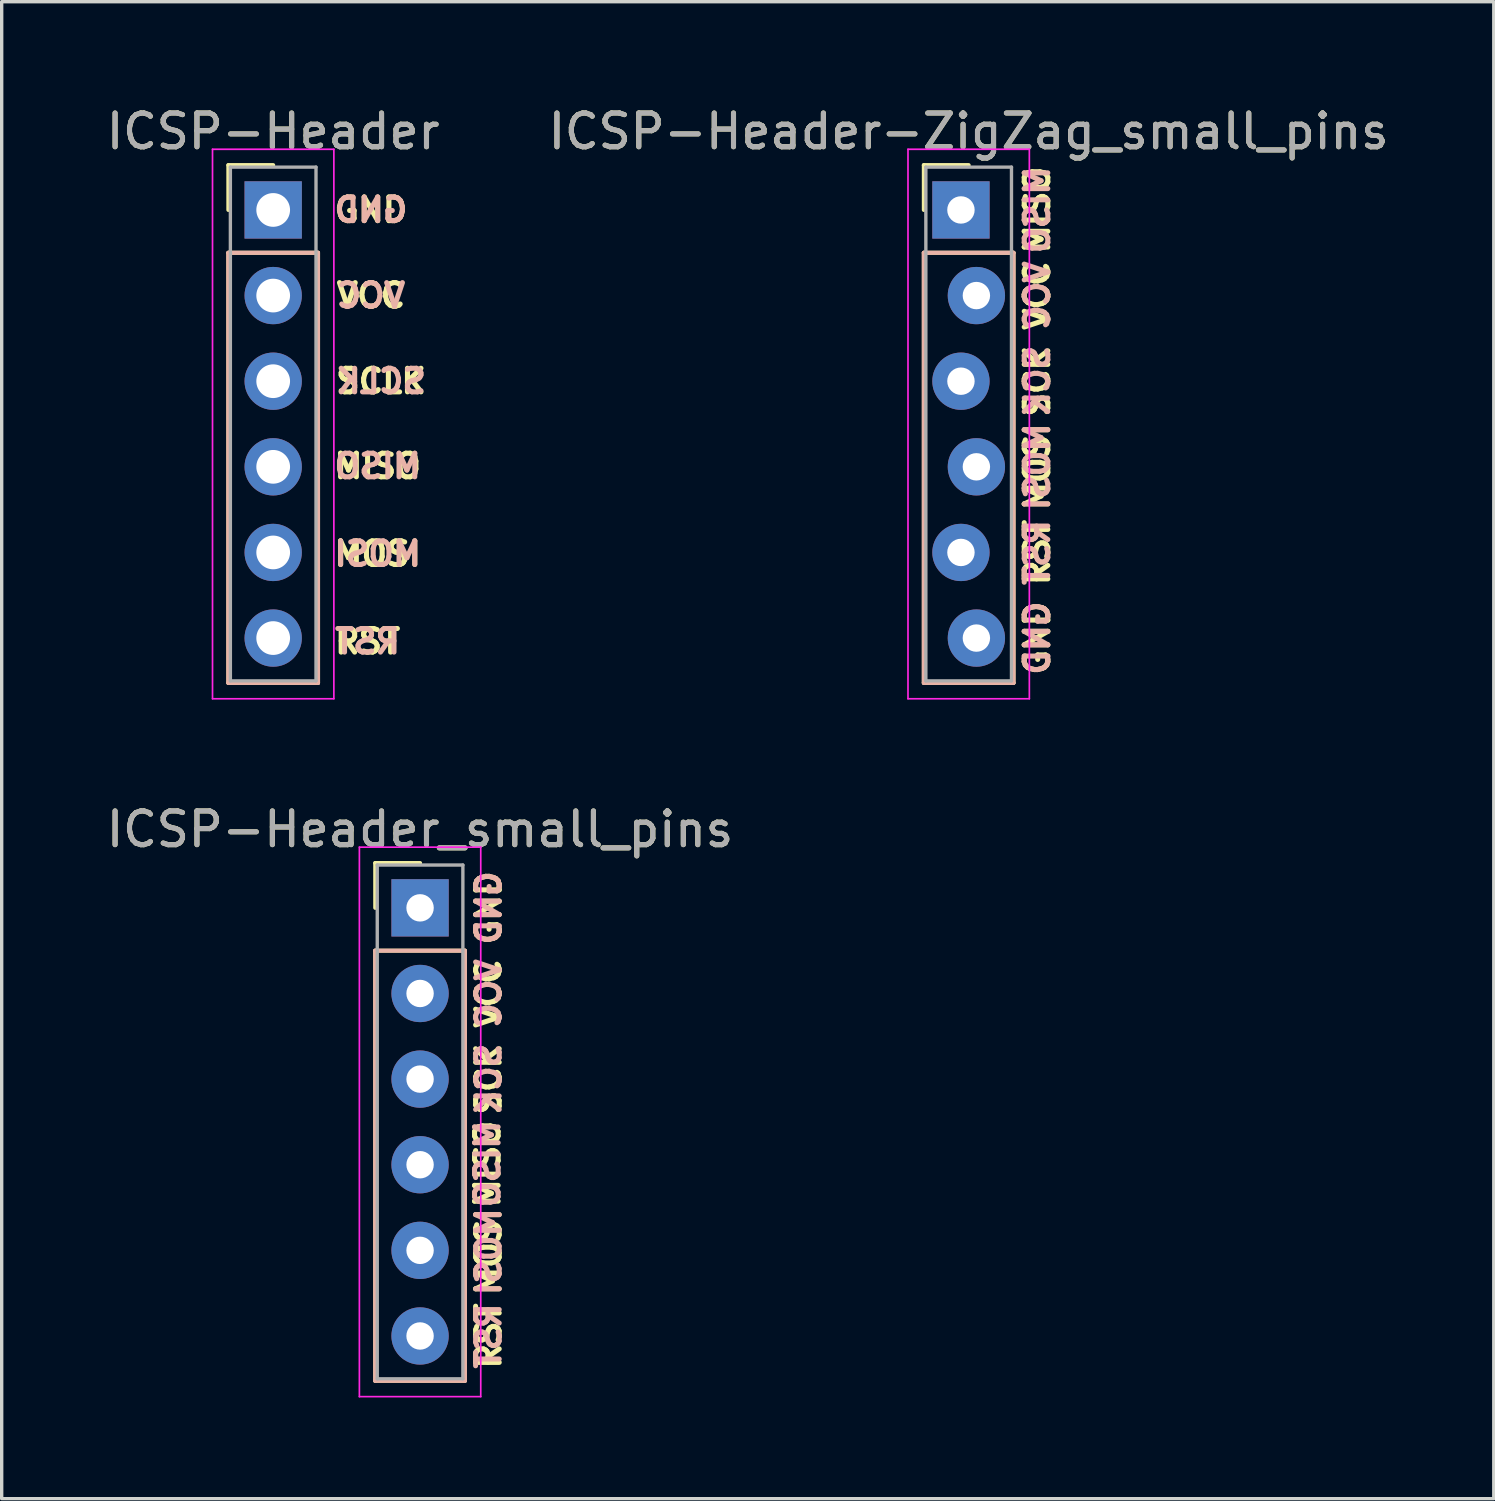
<source format=kicad_pcb>
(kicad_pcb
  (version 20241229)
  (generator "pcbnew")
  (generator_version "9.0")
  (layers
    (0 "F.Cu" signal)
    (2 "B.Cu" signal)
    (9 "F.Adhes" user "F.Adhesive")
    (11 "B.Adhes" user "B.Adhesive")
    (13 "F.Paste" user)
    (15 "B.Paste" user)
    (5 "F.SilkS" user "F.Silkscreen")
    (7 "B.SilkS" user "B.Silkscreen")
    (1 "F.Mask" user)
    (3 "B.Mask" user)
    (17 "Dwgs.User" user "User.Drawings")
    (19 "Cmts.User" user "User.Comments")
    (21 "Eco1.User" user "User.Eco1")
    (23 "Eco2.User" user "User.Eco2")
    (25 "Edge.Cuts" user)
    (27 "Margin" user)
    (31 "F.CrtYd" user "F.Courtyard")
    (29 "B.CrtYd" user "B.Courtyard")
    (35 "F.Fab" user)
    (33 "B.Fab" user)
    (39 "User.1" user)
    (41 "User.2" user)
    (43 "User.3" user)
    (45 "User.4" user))
  (footprint "ICSP-Header"
    (layer "F.Cu")
    (at 5.054 3.178)
    (property "Reference" "ICSP-Header" (at 0 -2.33 0) (layer "F.SilkS") (effects (font (size 1 1) (thickness 0.15))))
    (attr through_hole)
    (fp_line (start -1.33 -1.33) (end 0 -1.33) (stroke (width 0.12) (type solid)) (layer "F.SilkS"))
    (fp_line (start -1.33 0) (end -1.33 -1.33) (stroke (width 0.12) (type solid)) (layer "F.SilkS"))
    (fp_line (start -1.33 1.27) (end -1.33 14.03) (stroke (width 0.12) (type solid)) (layer "F.SilkS"))
    (fp_line (start -1.33 14.03) (end 1.33 14.03) (stroke (width 0.12) (type solid)) (layer "F.SilkS"))
    (fp_line (start 1.33 1.27) (end -1.33 1.27) (stroke (width 0.12) (type solid)) (layer "F.SilkS"))
    (fp_line (start 1.33 14.03) (end 1.33 1.27) (stroke (width 0.12) (type solid)) (layer "F.SilkS"))
    (fp_line (start -1.33 1.27) (end -1.33 14.03) (stroke (width 0.12) (type solid)) (layer "B.SilkS"))
    (fp_line (start -1.33 14.03) (end 1.33 14.03) (stroke (width 0.12) (type solid)) (layer "B.SilkS"))
    (fp_line (start 1.33 1.27) (end -1.33 1.27) (stroke (width 0.12) (type solid)) (layer "B.SilkS"))
    (fp_line (start 1.33 14.03) (end 1.33 1.27) (stroke (width 0.12) (type solid)) (layer "B.SilkS"))
    (fp_line (start -1.8 -1.8) (end -1.8 14.5) (stroke (width 0.05) (type solid)) (layer "F.CrtYd"))
    (fp_line (start -1.8 14.5) (end 1.8 14.5) (stroke (width 0.05) (type solid)) (layer "F.CrtYd"))
    (fp_line (start 1.8 -1.8) (end -1.8 -1.8) (stroke (width 0.05) (type solid)) (layer "F.CrtYd"))
    (fp_line (start 1.8 14.5) (end 1.8 -1.8) (stroke (width 0.05) (type solid)) (layer "F.CrtYd"))
    (fp_line (start -1.27 -1.27) (end -1.27 13.97) (stroke (width 0.1) (type solid)) (layer "F.Fab"))
    (fp_line (start -1.27 13.97) (end 1.27 13.97) (stroke (width 0.1) (type solid)) (layer "F.Fab"))
    (fp_line (start 1.27 -1.27) (end -1.27 -1.27) (stroke (width 0.1) (type solid)) (layer "F.Fab"))
    (fp_line (start 1.27 13.97) (end 1.27 -1.27) (stroke (width 0.1) (type solid)) (layer "F.Fab"))
    (fp_text user "MOSI" (at 3.1 10.2 180) (layer "F.SilkS") (effects (font (size 0.7 0.7) (thickness 0.15))))
    (fp_text user "GND" (at 2.9 0 180) (layer "F.SilkS") (effects (font (size 0.7 0.7) (thickness 0.15))))
    (fp_text user "RST" (at 2.8 12.8 180) (layer "F.SilkS") (effects (font (size 0.7 0.7) (thickness 0.15))))
    (fp_text user "SCLK" (at 3.2 5.08 180) (layer "F.SilkS") (effects (font (size 0.7 0.7) (thickness 0.15))))
    (fp_text user "MISO" (at 3.1 7.6 180) (layer "F.SilkS") (effects (font (size 0.7 0.7) (thickness 0.15))))
    (fp_text user "VCC" (at 2.9 2.54 180) (layer "F.SilkS") (effects (font (size 0.7 0.7) (thickness 0.15))))
    (fp_text user "RST" (at 2.8 12.8 180) (layer "B.SilkS") (effects (font (size 0.7 0.7) (thickness 0.15)) (justify mirror)))
    (fp_text user "MISO" (at 3.1 7.6 180) (layer "B.SilkS") (effects (font (size 0.7 0.7) (thickness 0.15)) (justify mirror)))
    (fp_text user "VCC" (at 2.9 2.54 180) (layer "B.SilkS") (effects (font (size 0.7 0.7) (thickness 0.15)) (justify mirror)))
    (fp_text user "MOSI" (at 3.1 10.2 180) (layer "B.SilkS") (effects (font (size 0.7 0.7) (thickness 0.15)) (justify mirror)))
    (fp_text user "GND" (at 2.9 0 180) (layer "B.SilkS") (effects (font (size 0.7 0.7) (thickness 0.15)) (justify mirror)))
    (fp_text user "SCLK" (at 3.2 5.08 180) (layer "B.SilkS") (effects (font (size 0.7 0.7) (thickness 0.15)) (justify mirror)))
    (fp_text user "${REFERENCE}" (at 0 -2.33 0) (layer "F.Fab") (effects (font (size 1 1) (thickness 0.15))))
    (pad "1" thru_hole oval (at 0 12.7) (size 1.7 1.7) (drill 1) (layers "*.Cu" "*.Mask"))
    (pad "2" thru_hole oval (at 0 2.54) (size 1.7 1.7) (drill 1) (layers "*.Cu" "*.Mask"))
    (pad "3" thru_hole oval (at 0 7.62) (size 1.7 1.7) (drill 1) (layers "*.Cu" "*.Mask"))
    (pad "4" thru_hole oval (at 0 10.16) (size 1.7 1.7) (drill 1) (layers "*.Cu" "*.Mask"))
    (pad "5" thru_hole oval (at 0 5.08) (size 1.7 1.7) (drill 1) (layers "*.Cu" "*.Mask"))
    (pad "6" thru_hole rect (at 0 0) (size 1.7 1.7) (drill 1) (layers "*.Cu" "*.Mask")))
  (footprint "ICSP-Header_small_pins"
    (layer "F.Cu")
    (at 9.411 23.881)
    (property "Reference" "ICSP-Header_small_pins" (at 0 -2.33 0) (layer "F.SilkS") (effects (font (size 1 1) (thickness 0.15))))
    (attr through_hole)
    (fp_line (start -1.33 -1.33) (end 0 -1.33) (stroke (width 0.12) (type solid)) (layer "F.SilkS"))
    (fp_line (start -1.33 0) (end -1.33 -1.33) (stroke (width 0.12) (type solid)) (layer "F.SilkS"))
    (fp_line (start -1.33 1.27) (end -1.33 14.03) (stroke (width 0.12) (type solid)) (layer "F.SilkS"))
    (fp_line (start -1.33 14.03) (end 1.33 14.03) (stroke (width 0.12) (type solid)) (layer "F.SilkS"))
    (fp_line (start 1.33 1.27) (end -1.33 1.27) (stroke (width 0.12) (type solid)) (layer "F.SilkS"))
    (fp_line (start 1.33 14.03) (end 1.33 1.27) (stroke (width 0.12) (type solid)) (layer "F.SilkS"))
    (fp_line (start -1.33 1.27) (end -1.33 14.03) (stroke (width 0.12) (type solid)) (layer "B.SilkS"))
    (fp_line (start -1.33 14.03) (end 1.33 14.03) (stroke (width 0.12) (type solid)) (layer "B.SilkS"))
    (fp_line (start 1.33 1.27) (end -1.33 1.27) (stroke (width 0.12) (type solid)) (layer "B.SilkS"))
    (fp_line (start 1.33 14.03) (end 1.33 1.27) (stroke (width 0.12) (type solid)) (layer "B.SilkS"))
    (fp_line (start -1.8 -1.8) (end -1.8 14.5) (stroke (width 0.05) (type solid)) (layer "F.CrtYd"))
    (fp_line (start -1.8 14.5) (end 1.8 14.5) (stroke (width 0.05) (type solid)) (layer "F.CrtYd"))
    (fp_line (start 1.8 -1.8) (end -1.8 -1.8) (stroke (width 0.05) (type solid)) (layer "F.CrtYd"))
    (fp_line (start 1.8 14.5) (end 1.8 -1.8) (stroke (width 0.05) (type solid)) (layer "F.CrtYd"))
    (fp_line (start -1.27 -1.27) (end -1.27 13.97) (stroke (width 0.1) (type solid)) (layer "F.Fab"))
    (fp_line (start -1.27 13.97) (end 1.27 13.97) (stroke (width 0.1) (type solid)) (layer "F.Fab"))
    (fp_line (start 1.27 -1.27) (end -1.27 -1.27) (stroke (width 0.1) (type solid)) (layer "F.Fab"))
    (fp_line (start 1.27 13.97) (end 1.27 -1.27) (stroke (width 0.1) (type solid)) (layer "F.Fab"))
    (fp_text user "MISO" (at 2 7.6 90) (layer "F.SilkS") (effects (font (size 0.7 0.7) (thickness 0.15))))
    (fp_text user "RST" (at 2.032 12.7 90) (layer "F.SilkS") (effects (font (size 0.7 0.7) (thickness 0.15))))
    (fp_text user "VCC" (at 2.032 2.54 90) (layer "F.SilkS") (effects (font (size 0.7 0.7) (thickness 0.15))))
    (fp_text user "MOSI" (at 2.032 10.2 90) (layer "F.SilkS") (effects (font (size 0.7 0.7) (thickness 0.15))))
    (fp_text user "SCK" (at 2.032 5.08 90) (layer "F.SilkS") (effects (font (size 0.7 0.7) (thickness 0.15))))
    (fp_text user "GND" (at 2.032 0 90) (layer "F.SilkS") (effects (font (size 0.7 0.7) (thickness 0.15))))
    (fp_text user "MOSI" (at 2.032 10.2 90) (layer "B.SilkS") (effects (font (size 0.7 0.7) (thickness 0.15)) (justify mirror)))
    (fp_text user "RST" (at 2.032 12.7 90) (layer "B.SilkS") (effects (font (size 0.7 0.7) (thickness 0.15)) (justify mirror)))
    (fp_text user "MISO" (at 2 7.6 90) (layer "B.SilkS") (effects (font (size 0.7 0.7) (thickness 0.15)) (justify mirror)))
    (fp_text user "GND" (at 2.032 0 90) (layer "B.SilkS") (effects (font (size 0.7 0.7) (thickness 0.15)) (justify mirror)))
    (fp_text user "SCK" (at 2.032 5.08 90) (layer "B.SilkS") (effects (font (size 0.7 0.7) (thickness 0.15)) (justify mirror)))
    (fp_text user "VCC" (at 2.032 2.54 90) (layer "B.SilkS") (effects (font (size 0.7 0.7) (thickness 0.15)) (justify mirror)))
    (fp_text user "${REFERENCE}" (at 0 -2.33 0) (layer "F.Fab") (effects (font (size 1 1) (thickness 0.15))))
    (pad "1" thru_hole oval (at 0 12.7) (size 1.7 1.7) (drill 0.813) (layers "*.Cu" "*.Mask"))
    (pad "2" thru_hole oval (at 0 2.54) (size 1.7 1.7) (drill 0.813) (layers "*.Cu" "*.Mask"))
    (pad "3" thru_hole oval (at 0 7.62) (size 1.7 1.7) (drill 0.813) (layers "*.Cu" "*.Mask"))
    (pad "4" thru_hole oval (at 0 10.16) (size 1.7 1.7) (drill 0.813) (layers "*.Cu" "*.Mask"))
    (pad "5" thru_hole oval (at 0 5.08) (size 1.7 1.7) (drill 0.813) (layers "*.Cu" "*.Mask"))
    (pad "6" thru_hole rect (at 0 0) (size 1.7 1.7) (drill 0.813) (layers "*.Cu" "*.Mask")))
  (footprint "ICSP-Header-ZigZag_small_pins"
    (layer "F.Cu")
    (at 25.685 3.178)
    (property "Reference" "ICSP-Header-ZigZag_small_pins" (at 0 -2.33 0) (layer "F.SilkS") (effects (font (size 1 1) (thickness 0.15))))
    (attr through_hole)
    (fp_line (start -1.33 -1.33) (end 0 -1.33) (stroke (width 0.12) (type solid)) (layer "F.SilkS"))
    (fp_line (start -1.33 0) (end -1.33 -1.33) (stroke (width 0.12) (type solid)) (layer "F.SilkS"))
    (fp_line (start -1.33 1.27) (end -1.33 14.03) (stroke (width 0.12) (type solid)) (layer "F.SilkS"))
    (fp_line (start -1.33 14.03) (end 1.33 14.03) (stroke (width 0.12) (type solid)) (layer "F.SilkS"))
    (fp_line (start 1.33 1.27) (end -1.33 1.27) (stroke (width 0.12) (type solid)) (layer "F.SilkS"))
    (fp_line (start 1.33 14.03) (end 1.33 1.27) (stroke (width 0.12) (type solid)) (layer "F.SilkS"))
    (fp_line (start -1.33 1.27) (end -1.33 14.03) (stroke (width 0.12) (type solid)) (layer "B.SilkS"))
    (fp_line (start -1.33 14.03) (end 1.33 14.03) (stroke (width 0.12) (type solid)) (layer "B.SilkS"))
    (fp_line (start 1.33 1.27) (end -1.33 1.27) (stroke (width 0.12) (type solid)) (layer "B.SilkS"))
    (fp_line (start 1.33 14.03) (end 1.33 1.27) (stroke (width 0.12) (type solid)) (layer "B.SilkS"))
    (fp_line (start -1.8 -1.8) (end -1.8 14.5) (stroke (width 0.05) (type solid)) (layer "F.CrtYd"))
    (fp_line (start -1.8 14.5) (end 1.8 14.5) (stroke (width 0.05) (type solid)) (layer "F.CrtYd"))
    (fp_line (start 1.8 -1.8) (end -1.8 -1.8) (stroke (width 0.05) (type solid)) (layer "F.CrtYd"))
    (fp_line (start 1.8 14.5) (end 1.8 -1.8) (stroke (width 0.05) (type solid)) (layer "F.CrtYd"))
    (fp_line (start -1.27 -1.27) (end -1.27 13.97) (stroke (width 0.1) (type solid)) (layer "F.Fab"))
    (fp_line (start -1.27 13.97) (end 1.27 13.97) (stroke (width 0.1) (type solid)) (layer "F.Fab"))
    (fp_line (start 1.27 -1.27) (end -1.27 -1.27) (stroke (width 0.1) (type solid)) (layer "F.Fab"))
    (fp_line (start 1.27 13.97) (end 1.27 -1.27) (stroke (width 0.1) (type solid)) (layer "F.Fab"))
    (fp_text user "VCC" (at 2.032 2.54 90) (layer "F.SilkS") (effects (font (size 0.7 0.7) (thickness 0.15))))
    (fp_text user "MOSI" (at 2.032 7.62 90) (layer "F.SilkS") (effects (font (size 0.7 0.7) (thickness 0.15))))
    (fp_text user "MISO" (at 2.032 0 90) (layer "F.SilkS") (effects (font (size 0.7 0.7) (thickness 0.15))))
    (fp_text user "GND" (at 2.032 12.7 90) (layer "F.SilkS") (effects (font (size 0.7 0.7) (thickness 0.15))))
    (fp_text user "RST" (at 2.032 10.16 90) (layer "F.SilkS") (effects (font (size 0.7 0.7) (thickness 0.15))))
    (fp_text user "SCK" (at 2.032 5.08 90) (layer "F.SilkS") (effects (font (size 0.7 0.7) (thickness 0.15))))
    (fp_text user "RST" (at 2.032 10.16 90) (layer "B.SilkS") (effects (font (size 0.7 0.7) (thickness 0.15)) (justify mirror)))
    (fp_text user "VCC" (at 2.032 2.54 90) (layer "B.SilkS") (effects (font (size 0.7 0.7) (thickness 0.15)) (justify mirror)))
    (fp_text user "MOSI" (at 2.032 7.62 90) (layer "B.SilkS") (effects (font (size 0.7 0.7) (thickness 0.15)) (justify mirror)))
    (fp_text user "GND" (at 2.032 12.7 90) (layer "B.SilkS") (effects (font (size 0.7 0.7) (thickness 0.15)) (justify mirror)))
    (fp_text user "MISO" (at 2.032 0 90) (layer "B.SilkS") (effects (font (size 0.7 0.7) (thickness 0.15)) (justify mirror)))
    (fp_text user "SCK" (at 2.032 5.08 90) (layer "B.SilkS") (effects (font (size 0.7 0.7) (thickness 0.15)) (justify mirror)))
    (fp_text user "${REFERENCE}" (at 0 -2.33 0) (layer "F.Fab") (effects (font (size 1 1) (thickness 0.15))))
    (pad "1" thru_hole rect (at -0.229 0) (size 1.7 1.7) (drill 0.813) (layers "*.Cu" "*.Mask"))
    (pad "2" thru_hole oval (at 0.229 2.54) (size 1.7 1.7) (drill 0.813) (layers "*.Cu" "*.Mask"))
    (pad "3" thru_hole oval (at -0.229 5.08) (size 1.7 1.7) (drill 0.813) (layers "*.Cu" "*.Mask"))
    (pad "4" thru_hole oval (at 0.229 7.62) (size 1.7 1.7) (drill 0.813) (layers "*.Cu" "*.Mask"))
    (pad "5" thru_hole oval (at -0.229 10.16) (size 1.7 1.7) (drill 0.813) (layers "*.Cu" "*.Mask"))
    (pad "6" thru_hole oval (at 0.229 12.7) (size 1.7 1.7) (drill 0.813) (layers "*.Cu" "*.Mask")))
  (gr_rect
    (start -3 -3)
    (end 41.262 41.407)
    (stroke (width 0.1) (type default))
    (fill no)
    (layer "Edge.Cuts")))
</source>
